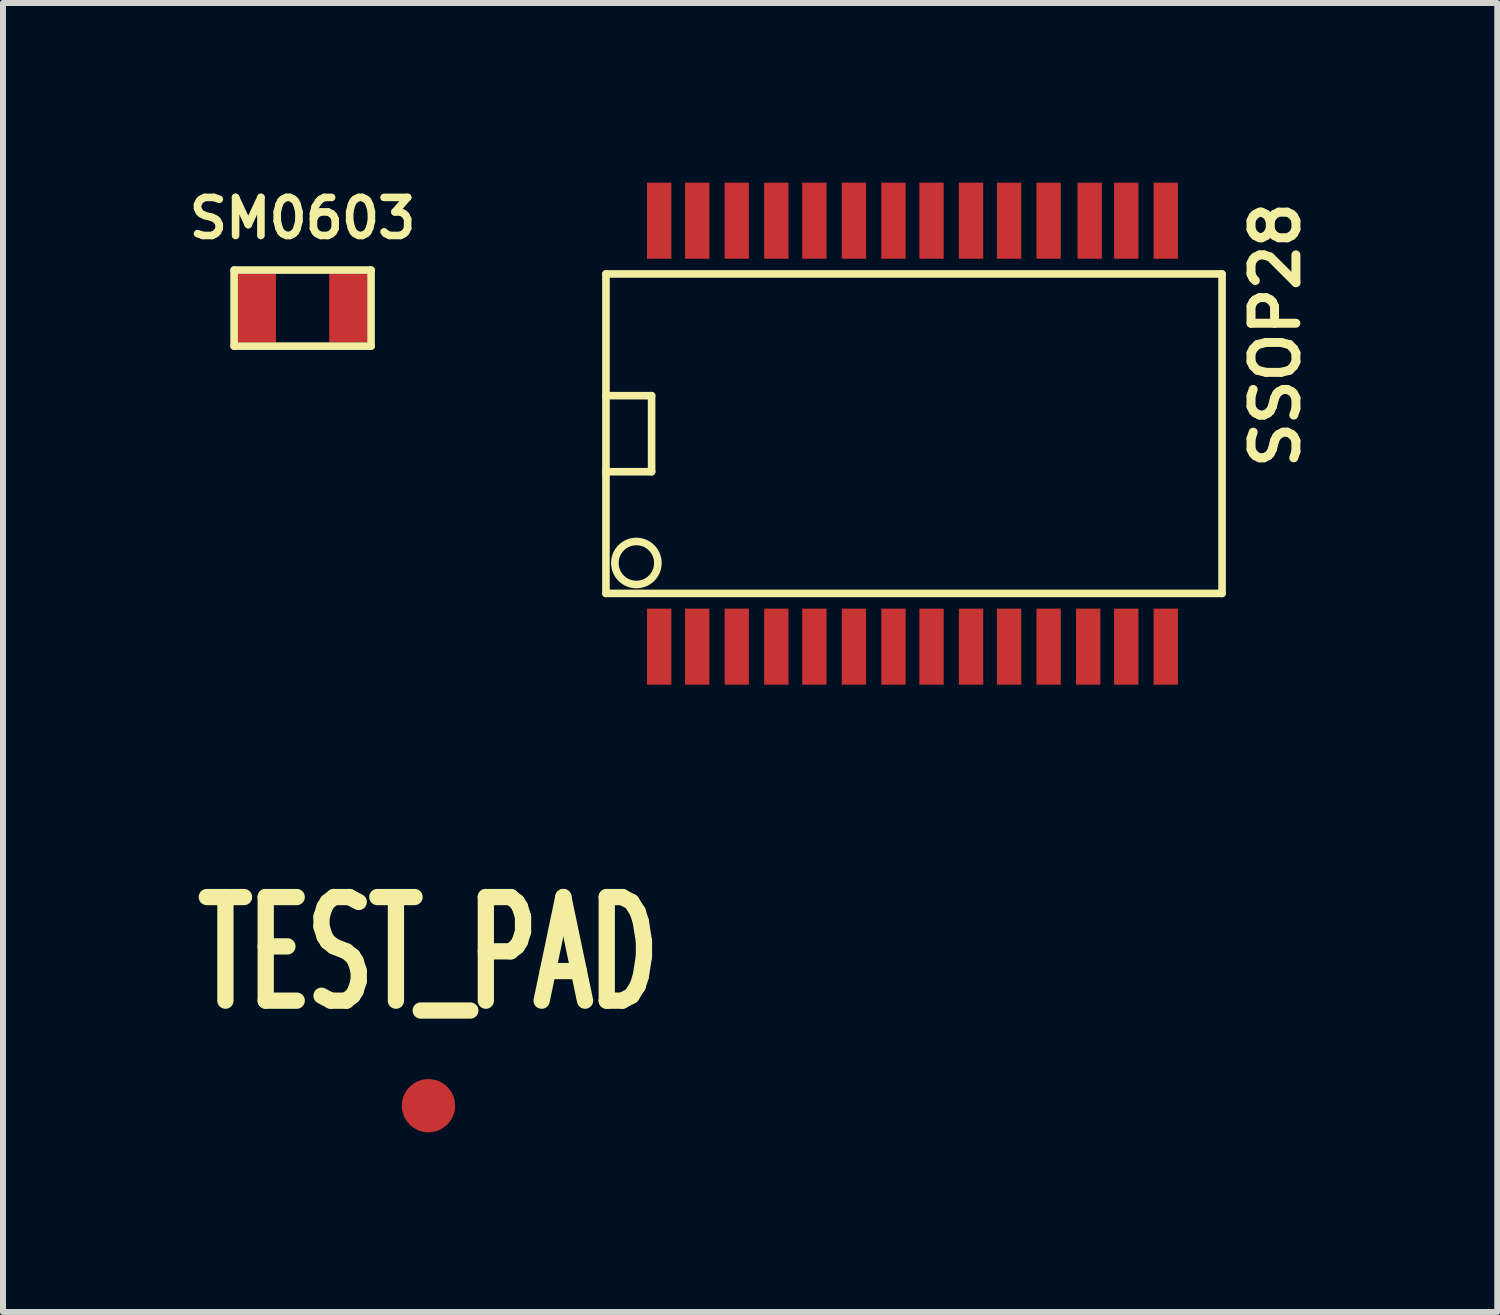
<source format=kicad_pcb>
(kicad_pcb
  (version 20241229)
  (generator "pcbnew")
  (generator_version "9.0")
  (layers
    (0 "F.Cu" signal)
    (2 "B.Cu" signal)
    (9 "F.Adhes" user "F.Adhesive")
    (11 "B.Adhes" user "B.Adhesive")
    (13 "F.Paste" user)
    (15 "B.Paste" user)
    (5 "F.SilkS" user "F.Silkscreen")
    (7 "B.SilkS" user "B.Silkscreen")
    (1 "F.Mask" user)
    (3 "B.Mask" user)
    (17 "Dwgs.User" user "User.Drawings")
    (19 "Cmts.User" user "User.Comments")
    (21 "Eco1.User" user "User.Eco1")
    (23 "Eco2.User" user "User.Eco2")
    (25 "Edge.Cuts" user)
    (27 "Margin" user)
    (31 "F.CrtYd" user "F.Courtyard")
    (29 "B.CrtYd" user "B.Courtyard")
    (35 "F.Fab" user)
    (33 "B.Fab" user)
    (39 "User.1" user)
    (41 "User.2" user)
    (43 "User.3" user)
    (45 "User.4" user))
  (footprint "SSOP28"
    (layer "F.Cu")
    (at 12.147 4.191)
    (property "Reference" "SSOP28" (at 6.101 -1.648 90) (layer "F.SilkS") (effects (font (size 0.749 0.749) (thickness 0.15))))
    (attr smd)
    (fp_line (start -5.08 -2.667) (end -5.08 2.667) (stroke (width 0.127) (type solid)) (layer "F.SilkS"))
    (fp_line (start -5.08 -2.667) (end 5.207 -2.667) (stroke (width 0.127) (type solid)) (layer "F.SilkS"))
    (fp_line (start -5.08 -0.635) (end -4.318 -0.635) (stroke (width 0.127) (type solid)) (layer "F.SilkS"))
    (fp_line (start -4.318 -0.635) (end -4.318 0.635) (stroke (width 0.127) (type solid)) (layer "F.SilkS"))
    (fp_line (start -4.318 0.635) (end -5.08 0.635) (stroke (width 0.127) (type solid)) (layer "F.SilkS"))
    (fp_line (start 5.207 -2.667) (end 5.207 2.667) (stroke (width 0.127) (type solid)) (layer "F.SilkS"))
    (fp_line (start 5.207 2.667) (end -5.08 2.667) (stroke (width 0.127) (type solid)) (layer "F.SilkS"))
    (fp_circle (center -4.572 2.159) (end -4.826 1.905) (stroke (width 0.127) (type solid)) (fill no) (layer "F.SilkS"))
    (pad "1" smd rect (at -4.191 3.556) (size 0.406 1.27) (layers "F.Cu" "F.Mask" "F.Paste"))
    (pad "2" smd rect (at -3.556 3.556) (size 0.406 1.27) (layers "F.Cu" "F.Mask" "F.Paste"))
    (pad "3" smd rect (at -2.896 3.556) (size 0.406 1.27) (layers "F.Cu" "F.Mask" "F.Paste"))
    (pad "4" smd rect (at -2.235 3.556) (size 0.406 1.27) (layers "F.Cu" "F.Mask" "F.Paste"))
    (pad "5" smd rect (at -1.6 3.556) (size 0.406 1.27) (layers "F.Cu" "F.Mask" "F.Paste"))
    (pad "6" smd rect (at -0.94 3.556) (size 0.406 1.27) (layers "F.Cu" "F.Mask" "F.Paste"))
    (pad "7" smd rect (at -0.279 3.556) (size 0.406 1.27) (layers "F.Cu" "F.Mask" "F.Paste"))
    (pad "8" smd rect (at 0.356 3.556) (size 0.406 1.27) (layers "F.Cu" "F.Mask" "F.Paste"))
    (pad "9" smd rect (at 1.016 3.556) (size 0.406 1.27) (layers "F.Cu" "F.Mask" "F.Paste"))
    (pad "10" smd rect (at 1.651 3.556) (size 0.406 1.27) (layers "F.Cu" "F.Mask" "F.Paste"))
    (pad "11" smd rect (at 2.311 3.556) (size 0.406 1.27) (layers "F.Cu" "F.Mask" "F.Paste"))
    (pad "12" smd rect (at 2.972 3.556) (size 0.406 1.27) (layers "F.Cu" "F.Mask" "F.Paste"))
    (pad "13" smd rect (at 3.607 3.556) (size 0.406 1.27) (layers "F.Cu" "F.Mask" "F.Paste"))
    (pad "14" smd rect (at 4.267 3.556) (size 0.406 1.27) (layers "F.Cu" "F.Mask" "F.Paste"))
    (pad "15" smd rect (at 4.267 -3.556) (size 0.406 1.27) (layers "F.Cu" "F.Mask" "F.Paste"))
    (pad "16" smd rect (at 3.607 -3.556) (size 0.406 1.27) (layers "F.Cu" "F.Mask" "F.Paste"))
    (pad "17" smd rect (at 2.997 -3.556) (size 0.406 1.27) (layers "F.Cu" "F.Mask" "F.Paste"))
    (pad "18" smd rect (at 2.311 -3.556) (size 0.406 1.27) (layers "F.Cu" "F.Mask" "F.Paste"))
    (pad "19" smd rect (at 1.651 -3.556) (size 0.406 1.27) (layers "F.Cu" "F.Mask" "F.Paste"))
    (pad "20" smd rect (at 1.016 -3.556) (size 0.406 1.27) (layers "F.Cu" "F.Mask" "F.Paste"))
    (pad "21" smd rect (at 0.356 -3.556) (size 0.406 1.27) (layers "F.Cu" "F.Mask" "F.Paste"))
    (pad "22" smd rect (at -0.279 -3.556) (size 0.406 1.27) (layers "F.Cu" "F.Mask" "F.Paste"))
    (pad "23" smd rect (at -0.94 -3.556) (size 0.406 1.27) (layers "F.Cu" "F.Mask" "F.Paste"))
    (pad "24" smd rect (at -1.6 -3.556) (size 0.406 1.27) (layers "F.Cu" "F.Mask" "F.Paste"))
    (pad "25" smd rect (at -2.235 -3.556) (size 0.406 1.27) (layers "F.Cu" "F.Mask" "F.Paste"))
    (pad "26" smd rect (at -2.896 -3.556) (size 0.406 1.27) (layers "F.Cu" "F.Mask" "F.Paste"))
    (pad "27" smd rect (at -3.556 -3.556) (size 0.406 1.27) (layers "F.Cu" "F.Mask" "F.Paste"))
    (pad "28" smd rect (at -4.191 -3.556) (size 0.406 1.27) (layers "F.Cu" "F.Mask" "F.Paste")))
  (footprint "TEST_PAD"
    (layer "F.Cu")
    (at 4.104 15.411)
    (property "Reference" "TEST_PAD" (at 0 -2.54 0) (layer "F.SilkS") (effects (font (size 1.73 1.087) (thickness 0.272))))
    (attr through_hole)
    (pad "1" smd circle (at 0 0) (size 0.889 0.889) (layers "F.Cu" "F.Mask" "F.Paste")))
  (footprint "SM0603"
    (layer "F.Cu")
    (at 2.002 2.094)
    (property "Reference" "SM0603" (at 0 -1.5 0) (layer "F.SilkS") (effects (font (size 0.635 0.635) (thickness 0.127))))
    (attr smd)
    (fp_line (start -1.143 -0.635) (end 1.143 -0.635) (stroke (width 0.127) (type solid)) (layer "F.SilkS"))
    (fp_line (start -1.143 0.635) (end -1.143 -0.635) (stroke (width 0.127) (type solid)) (layer "F.SilkS"))
    (fp_line (start 1.143 -0.635) (end 1.143 0.635) (stroke (width 0.127) (type solid)) (layer "F.SilkS"))
    (fp_line (start 1.143 0.635) (end -1.143 0.635) (stroke (width 0.127) (type solid)) (layer "F.SilkS"))
    (pad "1" smd rect (at -0.762 0) (size 0.635 1.143) (layers "F.Cu" "F.Mask" "F.Paste"))
    (pad "2" smd rect (at 0.762 0) (size 0.635 1.143) (layers "F.Cu" "F.Mask" "F.Paste")))
  (gr_rect
    (start -3 -3)
    (end 21.949 18.855)
    (stroke (width 0.1) (type default))
    (fill no)
    (layer "Edge.Cuts")))
</source>
